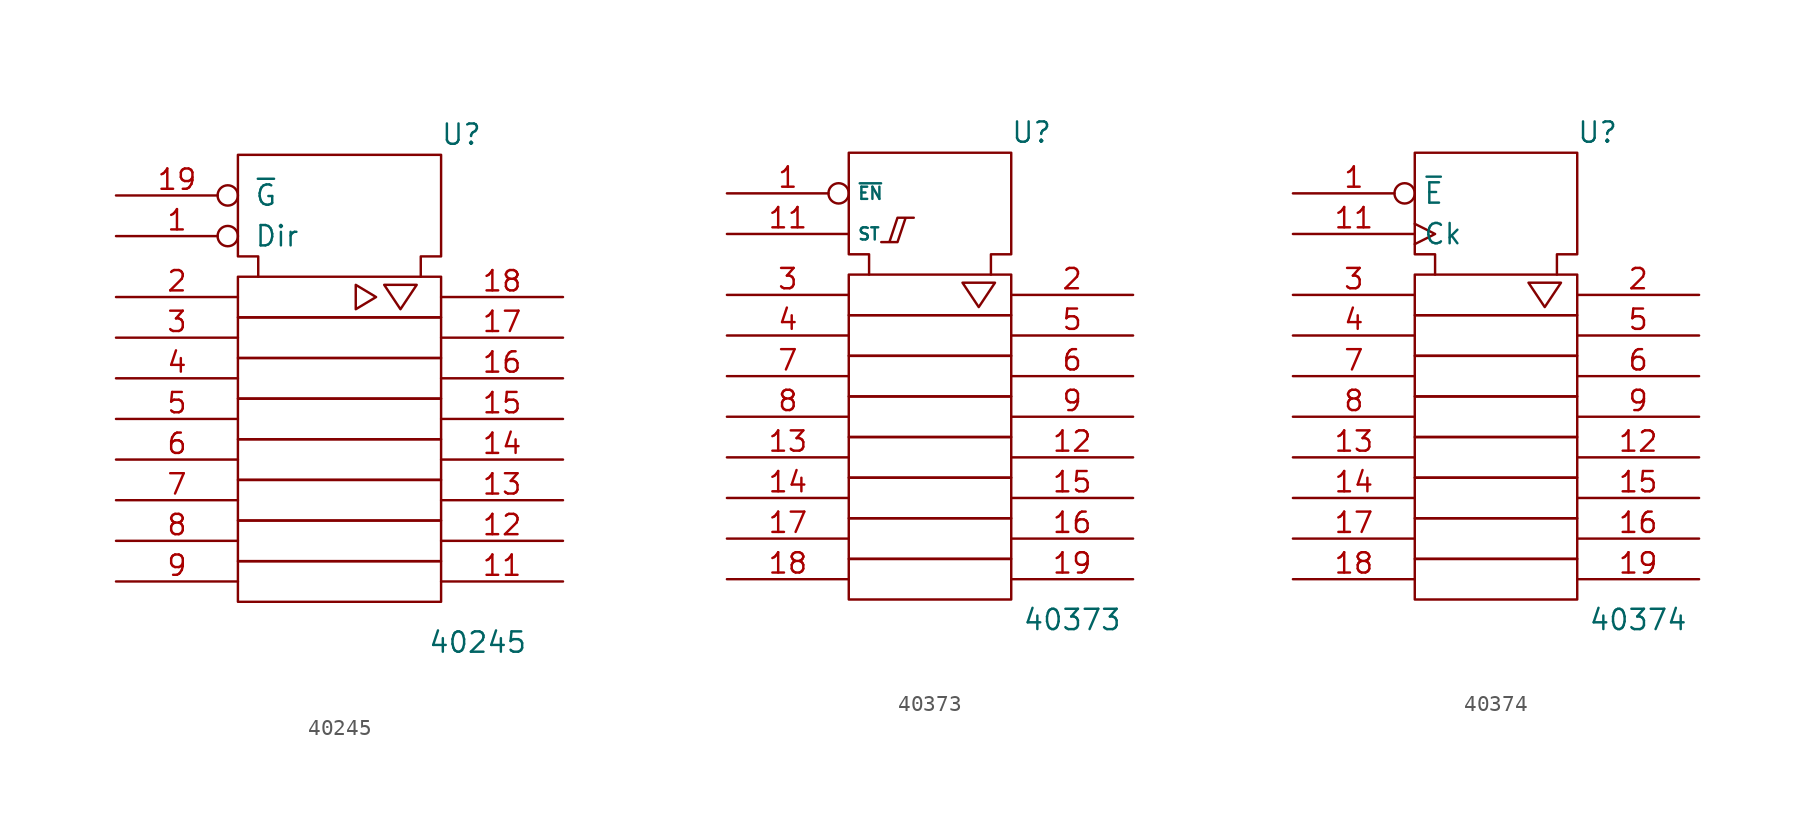
<source format=kicad_sym>
(kicad_symbol_lib
  (version 20201005)
  (generator kicad_symbol_editor)
  (symbol "4xxx_IEEE:40245"
    (pin_names
      (offset 1.016))
    (property "Reference" "U"
      (at 7.62 16.51 0)
      (effects (font (size 1.27 1.27))))
    (property "Value" "40245"
      (at 8.636 -15.24 0)
      (effects (font (size 1.27 1.27))))
    (symbol "40245_0_0"
      (polyline (pts (xy 1.016 7.112) (xy 1.016 5.588) (xy 2.286 6.35) (xy 1.016 7.112) (xy 1.016 7.112)) (stroke (width 0)) (fill (type none)))
      (polyline (pts (xy 3.302 7.112) (xy 4.826 7.112) (xy 3.81 5.588) (xy 2.794 7.112) (xy 3.302 7.112) (xy 3.302 7.112)) (stroke (width 0)) (fill (type none))))
    (symbol "40245_0_1"
      (rectangle (start -6.35 -10.16) (end 6.35 -12.7) (stroke (width 0)) (fill (type none)))
      (rectangle (start -6.35 -7.62) (end 6.35 -10.16) (stroke (width 0)) (fill (type none)))
      (rectangle (start -6.35 -5.08) (end 6.35 -7.62) (stroke (width 0)) (fill (type none)))
      (rectangle (start -6.35 -2.54) (end 6.35 -5.08) (stroke (width 0)) (fill (type none)))
      (rectangle (start -6.35 0) (end 6.35 -2.54) (stroke (width 0)) (fill (type none)))
      (rectangle (start -6.35 2.54) (end 6.35 0) (stroke (width 0)) (fill (type none)))
      (rectangle (start -6.35 5.08) (end 6.35 2.54) (stroke (width 0)) (fill (type none)))
      (rectangle (start -6.35 7.62) (end 6.35 5.08) (stroke (width 0)) (fill (type none)))
      (polyline (pts (xy -5.08 7.62) (xy -5.08 8.89) (xy -6.35 8.89) (xy -6.35 15.24) (xy 6.35 15.24) (xy 6.35 8.89) (xy 5.08 8.89) (xy 5.08 7.62) (xy 5.08 7.62)) (stroke (width 0)) (fill (type none))))
    (symbol "40245_1_0"
      (pin output inverted (at -13.97 10.16 0) (length 7.62) (name "Dir" (effects (font (size 1.27 1.27)))) (number "1" (effects (font (size 1.27 1.27)))))
      (pin power_in line (at 0 15.24 270) (length 0) hide (name "Vss" (effects (font (size 1.27 1.27)))) (number "10" (effects (font (size 1.27 1.27)))))
      (pin bidirectional line (at 13.97 -11.43 180) (length 7.62) (name "~" (effects (font (size 1.27 1.27)))) (number "11" (effects (font (size 1.27 1.27)))))
      (pin bidirectional line (at 13.97 -8.89 180) (length 7.62) (name "~" (effects (font (size 1.27 1.27)))) (number "12" (effects (font (size 1.27 1.27)))))
      (pin bidirectional line (at 13.97 -6.35 180) (length 7.62) (name "~" (effects (font (size 1.27 1.27)))) (number "13" (effects (font (size 1.27 1.27)))))
      (pin bidirectional line (at 13.97 -3.81 180) (length 7.62) (name "~" (effects (font (size 1.27 1.27)))) (number "14" (effects (font (size 1.27 1.27)))))
      (pin bidirectional line (at 13.97 -1.27 180) (length 7.62) (name "~" (effects (font (size 1.27 1.27)))) (number "15" (effects (font (size 1.27 1.27)))))
      (pin bidirectional line (at 13.97 1.27 180) (length 7.62) (name "~" (effects (font (size 1.27 1.27)))) (number "16" (effects (font (size 1.27 1.27)))))
      (pin bidirectional line (at 13.97 3.81 180) (length 7.62) (name "~" (effects (font (size 1.27 1.27)))) (number "17" (effects (font (size 1.27 1.27)))))
      (pin bidirectional line (at 13.97 6.35 180) (length 7.62) (name "~" (effects (font (size 1.27 1.27)))) (number "18" (effects (font (size 1.27 1.27)))))
      (pin output inverted (at -13.97 12.7 0) (length 7.62) (name "~G" (effects (font (size 1.27 1.27)))) (number "19" (effects (font (size 1.27 1.27)))))
      (pin output line (at -13.97 6.35 0) (length 7.62) (name "~" (effects (font (size 1.27 1.27)))) (number "2" (effects (font (size 1.27 1.27)))))
      (pin power_in line (at 3.81 15.24 270) (length 0) hide (name "Vdd" (effects (font (size 1.27 1.27)))) (number "20" (effects (font (size 1.27 1.27)))))
      (pin output line (at -13.97 3.81 0) (length 7.62) (name "~" (effects (font (size 1.27 1.27)))) (number "3" (effects (font (size 1.27 1.27)))))
      (pin output line (at -13.97 1.27 0) (length 7.62) (name "~" (effects (font (size 1.27 1.27)))) (number "4" (effects (font (size 1.27 1.27)))))
      (pin output line (at -13.97 -1.27 0) (length 7.62) (name "~" (effects (font (size 1.27 1.27)))) (number "5" (effects (font (size 1.27 1.27)))))
      (pin output line (at -13.97 -3.81 0) (length 7.62) (name "~" (effects (font (size 1.27 1.27)))) (number "6" (effects (font (size 1.27 1.27)))))
      (pin output line (at -13.97 -6.35 0) (length 7.62) (name "~" (effects (font (size 1.27 1.27)))) (number "7" (effects (font (size 1.27 1.27)))))
      (pin output line (at -13.97 -8.89 0) (length 7.62) (name "~" (effects (font (size 1.27 1.27)))) (number "8" (effects (font (size 1.27 1.27)))))
      (pin output line (at -13.97 -11.43 0) (length 7.62) (name "~" (effects (font (size 1.27 1.27)))) (number "9" (effects (font (size 1.27 1.27)))))))
  (symbol "4xxx_IEEE:40373"
    (property "Reference" "U"
      (at 6.35 13.97 0)
      (effects (font (size 1.27 1.27))))
    (property "Value" "40373"
      (at 8.89 -16.51 0)
      (effects (font (size 1.27 1.27))))
    (symbol "40373_0_0"
      (pin input inverted (at -12.7 10.16 0) (length 7.62) (name "~EN" (effects (font (size 0.762 0.762)))) (number "1" (effects (font (size 1.27 1.27)))))
      (pin power_in line (at -1.27 12.7 270) (length 0) hide (name "Vss" (effects (font (size 0.762 0.762)))) (number "10" (effects (font (size 1.27 1.27)))))
      (pin input line (at -12.7 7.62 0) (length 7.62) (name "ST" (effects (font (size 0.762 0.762)))) (number "11" (effects (font (size 1.27 1.27)))))
      (pin power_in line (at 2.54 12.7 270) (length 0) hide (name "Vdd" (effects (font (size 0.762 0.762)))) (number "20" (effects (font (size 1.27 1.27))))))
    (symbol "40373_0_1"
      (rectangle (start -5.08 -12.7) (end 5.08 -15.24) (stroke (width 0)) (fill (type none)))
      (rectangle (start -5.08 -10.16) (end 5.08 -12.7) (stroke (width 0)) (fill (type none)))
      (rectangle (start -5.08 -7.62) (end 5.08 -10.16) (stroke (width 0)) (fill (type none)))
      (rectangle (start -5.08 -5.08) (end 5.08 -7.62) (stroke (width 0)) (fill (type none)))
      (rectangle (start -5.08 -2.54) (end 5.08 -5.08) (stroke (width 0)) (fill (type none)))
      (rectangle (start -5.08 0) (end 5.08 -2.54) (stroke (width 0)) (fill (type none)))
      (rectangle (start -5.08 2.54) (end 5.08 0) (stroke (width 0)) (fill (type none)))
      (rectangle (start -5.08 5.08) (end 5.08 2.54) (stroke (width 0)) (fill (type none)))
      (polyline (pts (xy 2.032 4.572) (xy 4.064 4.572) (xy 3.048 3.048) (xy 2.032 4.572) (xy 2.032 4.572)) (stroke (width 0)) (fill (type none)))
      (polyline (pts (xy -2.54 7.112) (xy -2.032 7.112) (xy -1.524 8.636) (xy -1.016 8.636) (xy -2.032 8.636) (xy -2.54 7.112) (xy -3.048 7.112) (xy -3.048 7.112)) (stroke (width 0)) (fill (type none)))
      (polyline (pts (xy -3.81 5.08) (xy -3.81 6.35) (xy -5.08 6.35) (xy -5.08 12.7) (xy 5.08 12.7) (xy 5.08 6.35) (xy 3.81 6.35) (xy 3.81 5.08) (xy 3.81 5.08)) (stroke (width 0)) (fill (type none))))
    (symbol "40373_1_0"
      (pin output line (at 12.7 -6.35 180) (length 7.62) (name "~" (effects (font (size 0.762 0.762)))) (number "12" (effects (font (size 1.27 1.27)))))
      (pin input line (at -12.7 -6.35 0) (length 7.62) (name "~" (effects (font (size 0.762 0.762)))) (number "13" (effects (font (size 1.27 1.27)))))
      (pin input line (at -12.7 -8.89 0) (length 7.62) (name "~" (effects (font (size 0.762 0.762)))) (number "14" (effects (font (size 1.27 1.27)))))
      (pin output line (at 12.7 -8.89 180) (length 7.62) (name "~" (effects (font (size 0.762 0.762)))) (number "15" (effects (font (size 1.27 1.27)))))
      (pin output line (at 12.7 -11.43 180) (length 7.62) (name "~" (effects (font (size 0.762 0.762)))) (number "16" (effects (font (size 1.27 1.27)))))
      (pin input line (at -12.7 -11.43 0) (length 7.62) (name "~" (effects (font (size 0.762 0.762)))) (number "17" (effects (font (size 1.27 1.27)))))
      (pin input line (at -12.7 -13.97 0) (length 7.62) (name "~" (effects (font (size 0.762 0.762)))) (number "18" (effects (font (size 1.27 1.27)))))
      (pin output line (at 12.7 -13.97 180) (length 7.62) (name "~" (effects (font (size 0.762 0.762)))) (number "19" (effects (font (size 1.27 1.27)))))
      (pin output line (at 12.7 3.81 180) (length 7.62) (name "~" (effects (font (size 0.762 0.762)))) (number "2" (effects (font (size 1.27 1.27)))))
      (pin input line (at -12.7 3.81 0) (length 7.62) (name "~" (effects (font (size 0.762 0.762)))) (number "3" (effects (font (size 1.27 1.27)))))
      (pin input line (at -12.7 1.27 0) (length 7.62) (name "~" (effects (font (size 0.762 0.762)))) (number "4" (effects (font (size 1.27 1.27)))))
      (pin output line (at 12.7 1.27 180) (length 7.62) (name "~" (effects (font (size 0.762 0.762)))) (number "5" (effects (font (size 1.27 1.27)))))
      (pin output line (at 12.7 -1.27 180) (length 7.62) (name "~" (effects (font (size 0.762 0.762)))) (number "6" (effects (font (size 1.27 1.27)))))
      (pin input line (at -12.7 -1.27 0) (length 7.62) (name "~" (effects (font (size 0.762 0.762)))) (number "7" (effects (font (size 1.27 1.27)))))
      (pin input line (at -12.7 -3.81 0) (length 7.62) (name "~" (effects (font (size 0.762 0.762)))) (number "8" (effects (font (size 1.27 1.27)))))
      (pin output line (at 12.7 -3.81 180) (length 7.62) (name "~" (effects (font (size 0.762 0.762)))) (number "9" (effects (font (size 1.27 1.27)))))))
  (symbol "4xxx_IEEE:40374"
    (property "Reference" "U"
      (at 6.35 13.97 0)
      (effects (font (size 1.27 1.27))))
    (property "Value" "40374"
      (at 8.89 -16.51 0)
      (effects (font (size 1.27 1.27))))
    (symbol "40374_0_0"
      (pin input inverted (at -12.7 10.16 0) (length 7.62) (name "~E" (effects (font (size 1.27 1.27)))) (number "1" (effects (font (size 1.27 1.27)))))
      (pin power_in line (at 0 12.7 270) (length 0) hide (name "Vss" (effects (font (size 1.27 1.27)))) (number "10" (effects (font (size 1.27 1.27)))))
      (pin input clock (at -12.7 7.62 0) (length 7.62) (name "Ck" (effects (font (size 1.27 1.27)))) (number "11" (effects (font (size 1.27 1.27)))))
      (pin power_in line (at 3.81 12.7 270) (length 0) hide (name "Vdd" (effects (font (size 1.27 1.27)))) (number "20" (effects (font (size 1.27 1.27))))))
    (symbol "40374_0_1"
      (rectangle (start -5.08 -12.7) (end 5.08 -15.24) (stroke (width 0)) (fill (type none)))
      (rectangle (start -5.08 -10.16) (end 5.08 -12.7) (stroke (width 0)) (fill (type none)))
      (rectangle (start -5.08 -7.62) (end 5.08 -10.16) (stroke (width 0)) (fill (type none)))
      (rectangle (start -5.08 -5.08) (end 5.08 -7.62) (stroke (width 0)) (fill (type none)))
      (rectangle (start -5.08 -2.54) (end 5.08 -5.08) (stroke (width 0)) (fill (type none)))
      (rectangle (start -5.08 0) (end 5.08 -2.54) (stroke (width 0)) (fill (type none)))
      (rectangle (start -5.08 2.54) (end 5.08 0) (stroke (width 0)) (fill (type none)))
      (rectangle (start -5.08 5.08) (end 5.08 2.54) (stroke (width 0)) (fill (type none)))
      (polyline (pts (xy 2.032 4.572) (xy 4.064 4.572) (xy 3.048 3.048) (xy 2.032 4.572) (xy 2.032 4.572)) (stroke (width 0)) (fill (type none)))
      (polyline (pts (xy -3.81 5.08) (xy -3.81 6.35) (xy -5.08 6.35) (xy -5.08 12.7) (xy 5.08 12.7) (xy 5.08 6.35) (xy 3.81 6.35) (xy 3.81 5.08) (xy 3.81 5.08)) (stroke (width 0)) (fill (type none))))
    (symbol "40374_1_0"
      (pin tri_state line (at 12.7 -6.35 180) (length 7.62) (name "~" (effects (font (size 1.27 1.27)))) (number "12" (effects (font (size 1.27 1.27)))))
      (pin input line (at -12.7 -6.35 0) (length 7.62) (name "~" (effects (font (size 1.27 1.27)))) (number "13" (effects (font (size 1.27 1.27)))))
      (pin input line (at -12.7 -8.89 0) (length 7.62) (name "~" (effects (font (size 1.27 1.27)))) (number "14" (effects (font (size 1.27 1.27)))))
      (pin tri_state line (at 12.7 -8.89 180) (length 7.62) (name "~" (effects (font (size 1.27 1.27)))) (number "15" (effects (font (size 1.27 1.27)))))
      (pin tri_state line (at 12.7 -11.43 180) (length 7.62) (name "~" (effects (font (size 1.27 1.27)))) (number "16" (effects (font (size 1.27 1.27)))))
      (pin input line (at -12.7 -11.43 0) (length 7.62) (name "~" (effects (font (size 1.27 1.27)))) (number "17" (effects (font (size 1.27 1.27)))))
      (pin input line (at -12.7 -13.97 0) (length 7.62) (name "~" (effects (font (size 1.27 1.27)))) (number "18" (effects (font (size 1.27 1.27)))))
      (pin tri_state line (at 12.7 -13.97 180) (length 7.62) (name "~" (effects (font (size 1.27 1.27)))) (number "19" (effects (font (size 1.27 1.27)))))
      (pin tri_state line (at 12.7 3.81 180) (length 7.62) (name "~" (effects (font (size 1.27 1.27)))) (number "2" (effects (font (size 1.27 1.27)))))
      (pin input line (at -12.7 3.81 0) (length 7.62) (name "~" (effects (font (size 1.27 1.27)))) (number "3" (effects (font (size 1.27 1.27)))))
      (pin input line (at -12.7 1.27 0) (length 7.62) (name "~" (effects (font (size 1.27 1.27)))) (number "4" (effects (font (size 1.27 1.27)))))
      (pin tri_state line (at 12.7 1.27 180) (length 7.62) (name "~" (effects (font (size 1.27 1.27)))) (number "5" (effects (font (size 1.27 1.27)))))
      (pin tri_state line (at 12.7 -1.27 180) (length 7.62) (name "~" (effects (font (size 1.27 1.27)))) (number "6" (effects (font (size 1.27 1.27)))))
      (pin input line (at -12.7 -1.27 0) (length 7.62) (name "~" (effects (font (size 1.27 1.27)))) (number "7" (effects (font (size 1.27 1.27)))))
      (pin input line (at -12.7 -3.81 0) (length 7.62) (name "~" (effects (font (size 1.27 1.27)))) (number "8" (effects (font (size 1.27 1.27)))))
      (pin tri_state line (at 12.7 -3.81 180) (length 7.62) (name "~" (effects (font (size 1.27 1.27)))) (number "9" (effects (font (size 1.27 1.27))))))))
</source>
